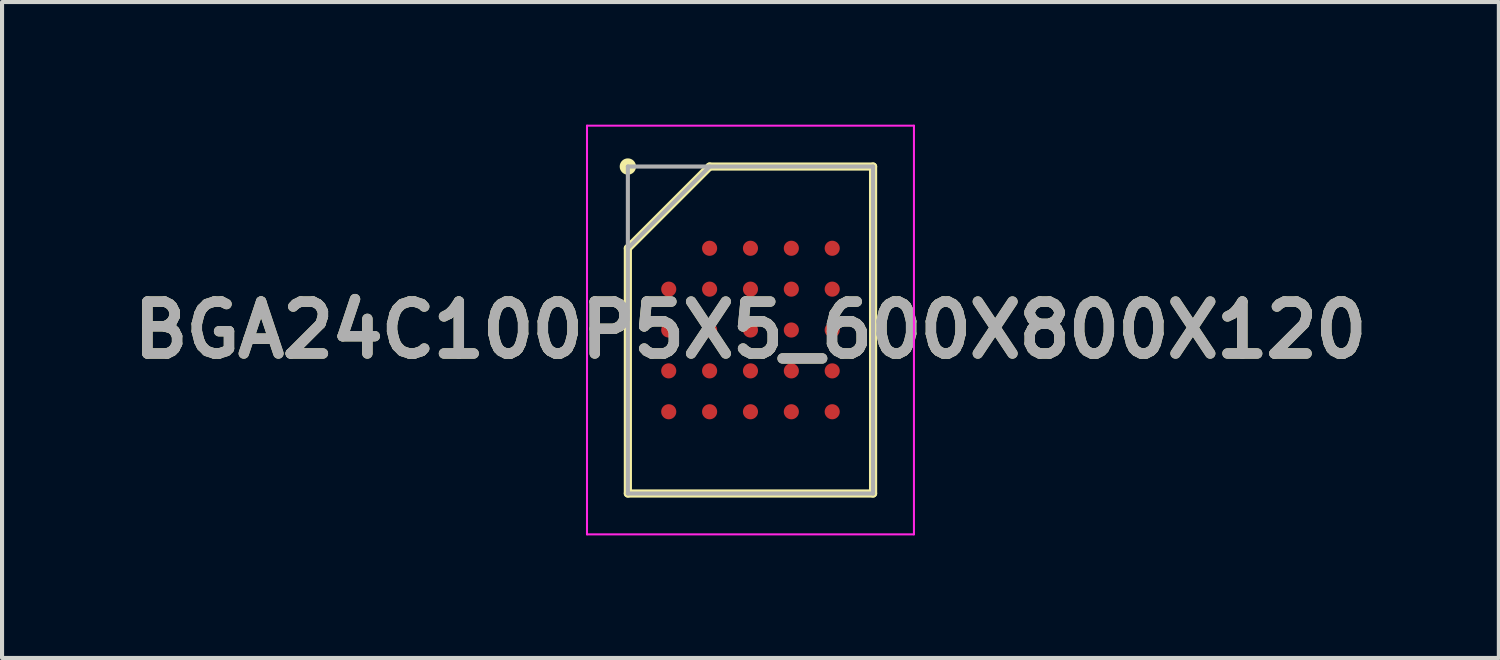
<source format=kicad_pcb>
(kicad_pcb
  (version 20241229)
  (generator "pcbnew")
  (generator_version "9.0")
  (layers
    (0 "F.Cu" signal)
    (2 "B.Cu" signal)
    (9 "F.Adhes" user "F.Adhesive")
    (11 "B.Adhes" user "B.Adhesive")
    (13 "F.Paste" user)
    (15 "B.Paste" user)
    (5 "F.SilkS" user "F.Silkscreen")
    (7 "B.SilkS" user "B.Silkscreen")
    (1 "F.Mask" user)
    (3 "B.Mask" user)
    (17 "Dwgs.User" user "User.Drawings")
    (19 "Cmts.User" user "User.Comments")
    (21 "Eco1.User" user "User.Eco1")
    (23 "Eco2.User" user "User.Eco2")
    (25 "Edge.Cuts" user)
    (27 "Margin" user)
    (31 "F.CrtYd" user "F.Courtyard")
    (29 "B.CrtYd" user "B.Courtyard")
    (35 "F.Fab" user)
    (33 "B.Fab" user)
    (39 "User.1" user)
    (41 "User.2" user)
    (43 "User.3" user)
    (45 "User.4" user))
  (footprint "BGA24C100P5X5_600X800X120"
    (layer "F.Cu")
    (at 15.313 5.025)
    (property "Reference" "BGA24C100P5X5_600X800X120" (at 0 0 0) (layer "F.SilkS") (effects (font (size 1.27 1.27) (thickness 0.254))))
    (attr smd)
    (fp_line (start -3 -2) (end -1 -4) (stroke (width 0.2) (type solid)) (layer "F.SilkS"))
    (fp_line (start -3 4) (end -3 -2) (stroke (width 0.2) (type solid)) (layer "F.SilkS"))
    (fp_line (start -1 -4) (end 3 -4) (stroke (width 0.2) (type solid)) (layer "F.SilkS"))
    (fp_line (start 3 -4) (end 3 4) (stroke (width 0.2) (type solid)) (layer "F.SilkS"))
    (fp_line (start 3 4) (end -3 4) (stroke (width 0.2) (type solid)) (layer "F.SilkS"))
    (fp_circle (center -3 -4) (end -3 -3.9) (stroke (width 0.2) (type solid)) (fill no) (layer "F.SilkS"))
    (fp_line (start -4 -5) (end 4 -5) (stroke (width 0.05) (type solid)) (layer "F.CrtYd"))
    (fp_line (start -4 5) (end -4 -5) (stroke (width 0.05) (type solid)) (layer "F.CrtYd"))
    (fp_line (start 4 -5) (end 4 5) (stroke (width 0.05) (type solid)) (layer "F.CrtYd"))
    (fp_line (start 4 5) (end -4 5) (stroke (width 0.05) (type solid)) (layer "F.CrtYd"))
    (fp_line (start -3 -4) (end 3 -4) (stroke (width 0.1) (type solid)) (layer "F.Fab"))
    (fp_line (start -3 -2) (end -1 -4) (stroke (width 0.1) (type solid)) (layer "F.Fab"))
    (fp_line (start -3 4) (end -3 -4) (stroke (width 0.1) (type solid)) (layer "F.Fab"))
    (fp_line (start 3 -4) (end 3 4) (stroke (width 0.1) (type solid)) (layer "F.Fab"))
    (fp_line (start 3 4) (end -3 4) (stroke (width 0.1) (type solid)) (layer "F.Fab"))
    (fp_text user "${REFERENCE}" (at 0 0 0) (layer "F.Fab") (effects (font (size 1.27 1.27) (thickness 0.254))))
    (pad "A2" smd circle (at -1 -2 90) (size 0.37 0.37) (layers "F.Cu" "F.Mask" "F.Paste"))
    (pad "A3" smd circle (at 0 -2 90) (size 0.37 0.37) (layers "F.Cu" "F.Mask" "F.Paste"))
    (pad "A4" smd circle (at 1 -2 90) (size 0.37 0.37) (layers "F.Cu" "F.Mask" "F.Paste"))
    (pad "A5" smd circle (at 2 -2 90) (size 0.37 0.37) (layers "F.Cu" "F.Mask" "F.Paste"))
    (pad "B1" smd circle (at -2 -1 90) (size 0.37 0.37) (layers "F.Cu" "F.Mask" "F.Paste"))
    (pad "B2" smd circle (at -1 -1 90) (size 0.37 0.37) (layers "F.Cu" "F.Mask" "F.Paste"))
    (pad "B3" smd circle (at 0 -1 90) (size 0.37 0.37) (layers "F.Cu" "F.Mask" "F.Paste"))
    (pad "B4" smd circle (at 1 -1 90) (size 0.37 0.37) (layers "F.Cu" "F.Mask" "F.Paste"))
    (pad "B5" smd circle (at 2 -1 90) (size 0.37 0.37) (layers "F.Cu" "F.Mask" "F.Paste"))
    (pad "C1" smd circle (at -2 0 90) (size 0.37 0.37) (layers "F.Cu" "F.Mask" "F.Paste"))
    (pad "C2" smd circle (at -1 0 90) (size 0.37 0.37) (layers "F.Cu" "F.Mask" "F.Paste"))
    (pad "C3" smd circle (at 0 0 90) (size 0.37 0.37) (layers "F.Cu" "F.Mask" "F.Paste"))
    (pad "C4" smd circle (at 1 0 90) (size 0.37 0.37) (layers "F.Cu" "F.Mask" "F.Paste"))
    (pad "C5" smd circle (at 2 0 90) (size 0.37 0.37) (layers "F.Cu" "F.Mask" "F.Paste"))
    (pad "D1" smd circle (at -2 1 90) (size 0.37 0.37) (layers "F.Cu" "F.Mask" "F.Paste"))
    (pad "D2" smd circle (at -1 1 90) (size 0.37 0.37) (layers "F.Cu" "F.Mask" "F.Paste"))
    (pad "D3" smd circle (at 0 1 90) (size 0.37 0.37) (layers "F.Cu" "F.Mask" "F.Paste"))
    (pad "D4" smd circle (at 1 1 90) (size 0.37 0.37) (layers "F.Cu" "F.Mask" "F.Paste"))
    (pad "D5" smd circle (at 2 1 90) (size 0.37 0.37) (layers "F.Cu" "F.Mask" "F.Paste"))
    (pad "E1" smd circle (at -2 2 90) (size 0.37 0.37) (layers "F.Cu" "F.Mask" "F.Paste"))
    (pad "E2" smd circle (at -1 2 90) (size 0.37 0.37) (layers "F.Cu" "F.Mask" "F.Paste"))
    (pad "E3" smd circle (at 0 2 90) (size 0.37 0.37) (layers "F.Cu" "F.Mask" "F.Paste"))
    (pad "E4" smd circle (at 1 2 90) (size 0.37 0.37) (layers "F.Cu" "F.Mask" "F.Paste"))
    (pad "E5" smd circle (at 2 2 90) (size 0.37 0.37) (layers "F.Cu" "F.Mask" "F.Paste")))
  (gr_rect
    (start -3 -3)
    (end 33.625 13.05)
    (stroke (width 0.1) (type default))
    (fill no)
    (layer "Edge.Cuts")))
</source>
